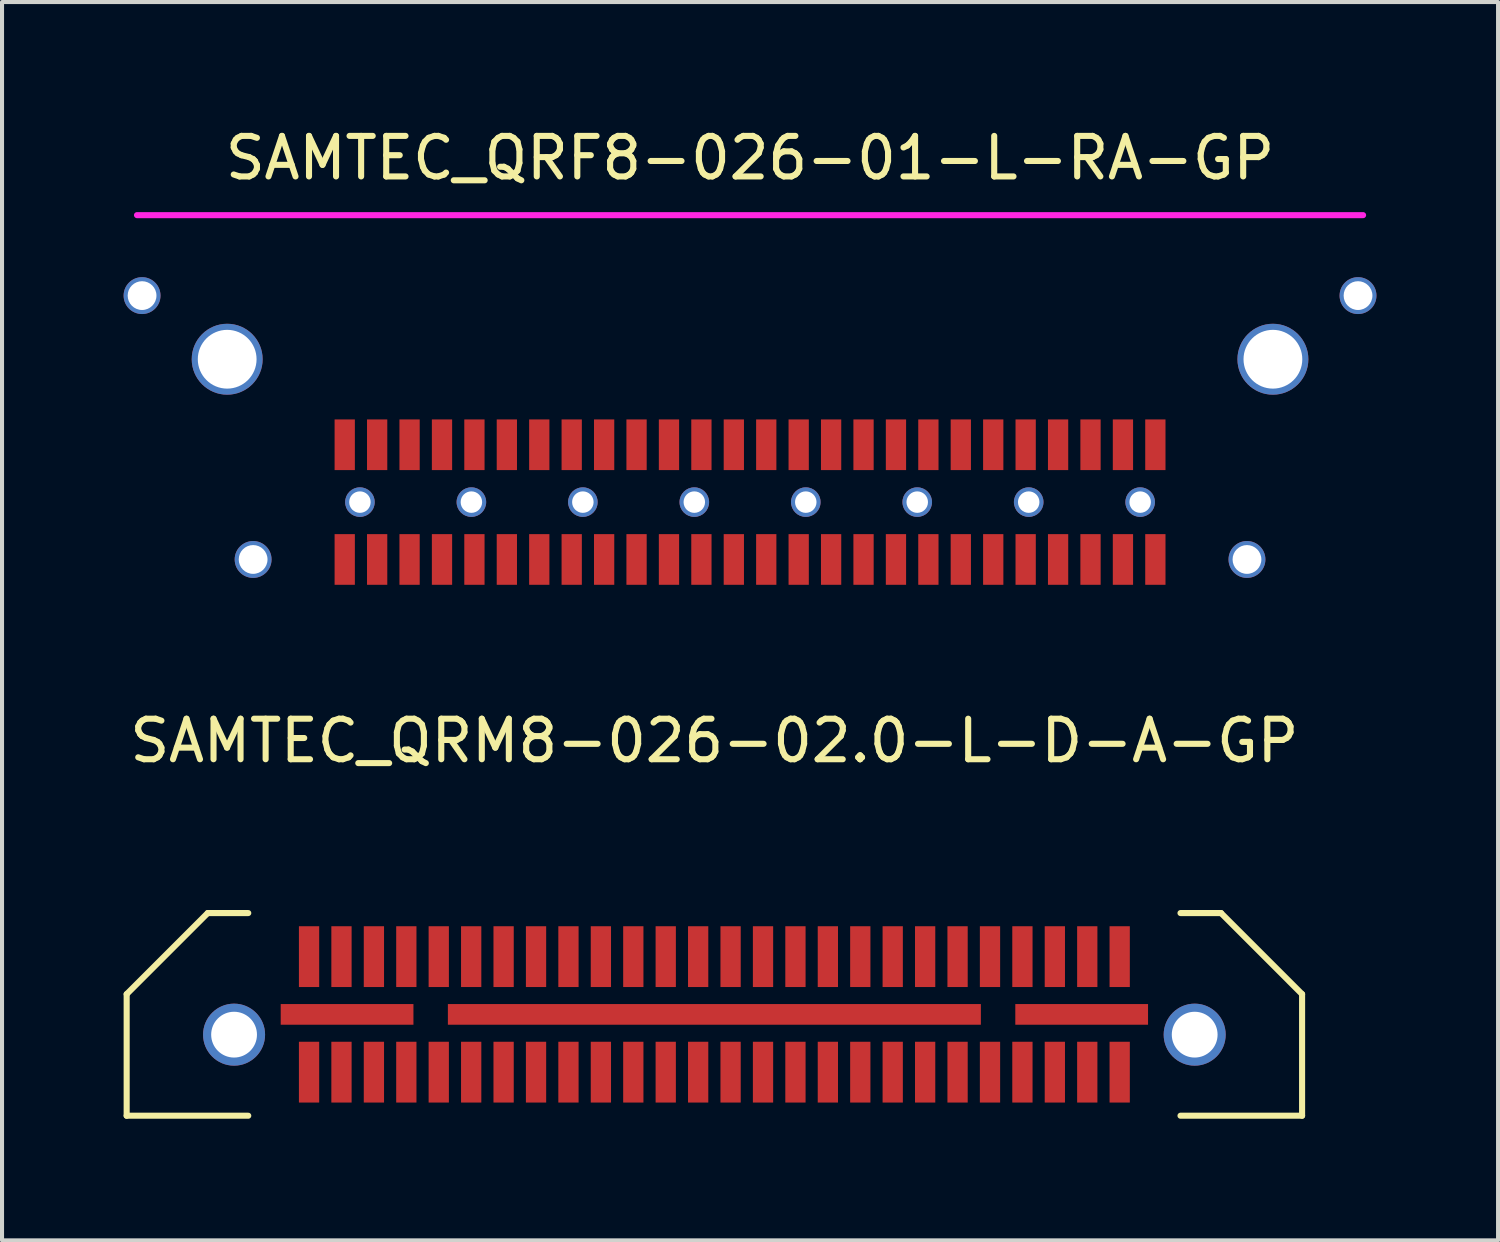
<source format=kicad_pcb>
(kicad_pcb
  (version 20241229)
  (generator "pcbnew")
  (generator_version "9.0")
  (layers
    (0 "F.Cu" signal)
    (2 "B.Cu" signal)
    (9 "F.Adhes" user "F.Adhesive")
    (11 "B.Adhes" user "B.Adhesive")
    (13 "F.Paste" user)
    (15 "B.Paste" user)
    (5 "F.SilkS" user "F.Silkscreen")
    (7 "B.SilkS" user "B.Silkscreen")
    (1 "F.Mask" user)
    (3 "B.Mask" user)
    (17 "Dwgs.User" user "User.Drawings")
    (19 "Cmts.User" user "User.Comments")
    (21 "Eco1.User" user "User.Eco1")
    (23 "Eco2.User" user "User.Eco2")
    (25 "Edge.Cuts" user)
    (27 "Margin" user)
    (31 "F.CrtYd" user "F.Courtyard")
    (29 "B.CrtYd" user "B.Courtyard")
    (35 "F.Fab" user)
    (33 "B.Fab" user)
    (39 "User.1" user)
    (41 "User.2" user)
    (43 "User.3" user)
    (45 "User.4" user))
  (footprint "SAMTEC_QRM8-026-02.0-L-D-A-GP"
    (layer "F.Cu")
    (at 14.575 21.977)
    (property "Reference" "SAMTEC_QRM8-026-02.0-L-D-A-GP" (at 0 -6.75 0) (layer "F.SilkS") (effects (font (size 1 1) (thickness 0.15))))
    (attr through_hole)
    (fp_line (start -14.5 -0.5) (end -14.5 2.5) (stroke (width 0.15) (type solid)) (layer "F.SilkS"))
    (fp_line (start -14.5 2.5) (end -11.5 2.5) (stroke (width 0.15) (type solid)) (layer "F.SilkS"))
    (fp_line (start -12.5 -2.5) (end -14.5 -0.5) (stroke (width 0.15) (type solid)) (layer "F.SilkS"))
    (fp_line (start -11.5 -2.5) (end -12.5 -2.5) (stroke (width 0.15) (type solid)) (layer "F.SilkS"))
    (fp_line (start 11.5 -2.5) (end 12.5 -2.5) (stroke (width 0.15) (type solid)) (layer "F.SilkS"))
    (fp_line (start 14.5 -0.5) (end 12.5 -2.5) (stroke (width 0.15) (type solid)) (layer "F.SilkS"))
    (fp_line (start 14.5 -0.5) (end 14.5 2.5) (stroke (width 0.15) (type solid)) (layer "F.SilkS"))
    (fp_line (start 14.5 2.5) (end 11.5 2.5) (stroke (width 0.15) (type solid)) (layer "F.SilkS"))
    (pad "1" smd rect (at -10 -1.425) (size 0.5 1.5) (layers "F.Cu" "F.Mask" "F.Paste"))
    (pad "2" smd rect (at -10 1.425) (size 0.5 1.5) (layers "F.Cu" "F.Mask" "F.Paste"))
    (pad "3" smd rect (at -9.2 -1.425) (size 0.5 1.5) (layers "F.Cu" "F.Mask" "F.Paste"))
    (pad "4" smd rect (at -9.2 1.425) (size 0.5 1.5) (layers "F.Cu" "F.Mask" "F.Paste"))
    (pad "5" smd rect (at -8.4 -1.425) (size 0.5 1.5) (layers "F.Cu" "F.Mask" "F.Paste"))
    (pad "6" smd rect (at -8.4 1.425) (size 0.5 1.5) (layers "F.Cu" "F.Mask" "F.Paste"))
    (pad "7" smd rect (at -7.6 -1.425) (size 0.5 1.5) (layers "F.Cu" "F.Mask" "F.Paste"))
    (pad "8" smd rect (at -7.6 1.425) (size 0.5 1.5) (layers "F.Cu" "F.Mask" "F.Paste"))
    (pad "9" smd rect (at -6.8 -1.425) (size 0.5 1.5) (layers "F.Cu" "F.Mask" "F.Paste"))
    (pad "10" smd rect (at -6.8 1.425) (size 0.5 1.5) (layers "F.Cu" "F.Mask" "F.Paste"))
    (pad "11" smd rect (at -6 -1.425) (size 0.5 1.5) (layers "F.Cu" "F.Mask" "F.Paste"))
    (pad "12" smd rect (at -6 1.425) (size 0.5 1.5) (layers "F.Cu" "F.Mask" "F.Paste"))
    (pad "13" smd rect (at -5.2 -1.425) (size 0.5 1.5) (layers "F.Cu" "F.Mask" "F.Paste"))
    (pad "14" smd rect (at -5.2 1.425) (size 0.5 1.5) (layers "F.Cu" "F.Mask" "F.Paste"))
    (pad "15" smd rect (at -4.4 -1.425) (size 0.5 1.5) (layers "F.Cu" "F.Mask" "F.Paste"))
    (pad "16" smd rect (at -4.4 1.425) (size 0.5 1.5) (layers "F.Cu" "F.Mask" "F.Paste"))
    (pad "17" smd rect (at -3.6 -1.425) (size 0.5 1.5) (layers "F.Cu" "F.Mask" "F.Paste"))
    (pad "18" smd rect (at -3.6 1.425) (size 0.5 1.5) (layers "F.Cu" "F.Mask" "F.Paste"))
    (pad "19" smd rect (at -2.8 -1.425) (size 0.5 1.5) (layers "F.Cu" "F.Mask" "F.Paste"))
    (pad "20" smd rect (at -2.8 1.425) (size 0.5 1.5) (layers "F.Cu" "F.Mask" "F.Paste"))
    (pad "21" smd rect (at -2 -1.425) (size 0.5 1.5) (layers "F.Cu" "F.Mask" "F.Paste"))
    (pad "22" smd rect (at -2 1.425) (size 0.5 1.5) (layers "F.Cu" "F.Mask" "F.Paste"))
    (pad "23" smd rect (at -1.2 -1.425) (size 0.5 1.5) (layers "F.Cu" "F.Mask" "F.Paste"))
    (pad "24" smd rect (at -1.2 1.425) (size 0.5 1.5) (layers "F.Cu" "F.Mask" "F.Paste"))
    (pad "25" smd rect (at -0.4 -1.425) (size 0.5 1.5) (layers "F.Cu" "F.Mask" "F.Paste"))
    (pad "26" smd rect (at -0.4 1.425) (size 0.5 1.5) (layers "F.Cu" "F.Mask" "F.Paste"))
    (pad "27" smd rect (at 0.4 -1.425) (size 0.5 1.5) (layers "F.Cu" "F.Mask" "F.Paste"))
    (pad "28" smd rect (at 0.4 1.425) (size 0.5 1.5) (layers "F.Cu" "F.Mask" "F.Paste"))
    (pad "29" smd rect (at 1.2 -1.425) (size 0.5 1.5) (layers "F.Cu" "F.Mask" "F.Paste"))
    (pad "30" smd rect (at 1.2 1.425) (size 0.5 1.5) (layers "F.Cu" "F.Mask" "F.Paste"))
    (pad "31" smd rect (at 2 -1.425) (size 0.5 1.5) (layers "F.Cu" "F.Mask" "F.Paste"))
    (pad "32" smd rect (at 2 1.425) (size 0.5 1.5) (layers "F.Cu" "F.Mask" "F.Paste"))
    (pad "33" smd rect (at 2.8 -1.425) (size 0.5 1.5) (layers "F.Cu" "F.Mask" "F.Paste"))
    (pad "34" smd rect (at 2.8 1.425) (size 0.5 1.5) (layers "F.Cu" "F.Mask" "F.Paste"))
    (pad "35" smd rect (at 3.6 -1.425) (size 0.5 1.5) (layers "F.Cu" "F.Mask" "F.Paste"))
    (pad "36" smd rect (at 3.6 1.425) (size 0.5 1.5) (layers "F.Cu" "F.Mask" "F.Paste"))
    (pad "37" smd rect (at 4.4 -1.425) (size 0.5 1.5) (layers "F.Cu" "F.Mask" "F.Paste"))
    (pad "38" smd rect (at 4.4 1.425) (size 0.5 1.5) (layers "F.Cu" "F.Mask" "F.Paste"))
    (pad "39" smd rect (at 5.2 -1.425) (size 0.5 1.5) (layers "F.Cu" "F.Mask" "F.Paste"))
    (pad "40" smd rect (at 5.2 1.425) (size 0.5 1.5) (layers "F.Cu" "F.Mask" "F.Paste"))
    (pad "41" smd rect (at 6 -1.425) (size 0.5 1.5) (layers "F.Cu" "F.Mask" "F.Paste"))
    (pad "42" smd rect (at 6 1.425) (size 0.5 1.5) (layers "F.Cu" "F.Mask" "F.Paste"))
    (pad "43" smd rect (at 6.8 -1.425) (size 0.5 1.5) (layers "F.Cu" "F.Mask" "F.Paste"))
    (pad "44" smd rect (at 6.8 1.425) (size 0.5 1.5) (layers "F.Cu" "F.Mask" "F.Paste"))
    (pad "45" smd rect (at 7.6 -1.425) (size 0.5 1.5) (layers "F.Cu" "F.Mask" "F.Paste"))
    (pad "46" smd rect (at 7.6 1.425) (size 0.5 1.5) (layers "F.Cu" "F.Mask" "F.Paste"))
    (pad "47" smd rect (at 8.4 -1.425) (size 0.5 1.5) (layers "F.Cu" "F.Mask" "F.Paste"))
    (pad "48" smd rect (at 8.4 1.425) (size 0.5 1.5) (layers "F.Cu" "F.Mask" "F.Paste"))
    (pad "49" smd rect (at 9.2 -1.425) (size 0.5 1.5) (layers "F.Cu" "F.Mask" "F.Paste"))
    (pad "50" smd rect (at 9.2 1.425) (size 0.5 1.5) (layers "F.Cu" "F.Mask" "F.Paste"))
    (pad "51" smd rect (at 10 -1.425) (size 0.5 1.5) (layers "F.Cu" "F.Mask" "F.Paste"))
    (pad "52" smd rect (at 10 1.425) (size 0.5 1.5) (layers "F.Cu" "F.Mask" "F.Paste"))
    (pad "53" smd rect (at -9.062 0 90) (size 0.51 3.275) (layers "F.Cu" "F.Mask" "F.Paste"))
    (pad "54" smd rect (at 0 0 90) (size 0.51 13.15) (layers "F.Cu" "F.Mask" "F.Paste"))
    (pad "55" smd rect (at 9.062 0 90) (size 0.51 3.275) (layers "F.Cu" "F.Mask" "F.Paste"))
    (pad "56" thru_hole circle (at -11.85 0.5 90) (size 1.53 1.53) (drill 1.13) (layers "*.Cu" "*.Mask"))
    (pad "56" thru_hole circle (at 11.85 0.5 90) (size 1.53 1.53) (drill 1.13) (layers "*.Cu" "*.Mask")))
  (footprint "SAMTEC_QRF8-026-01-L-RA-GP"
    (layer "F.Cu")
    (at 15.455 9.338)
    (property "Reference" "SAMTEC_QRF8-026-01-L-RA-GP" (at 0 -8.49 0) (layer "F.SilkS") (effects (font (size 1 1) (thickness 0.15))))
    (attr through_hole)
    (fp_line (start -15.125 -7.08) (end 15.125 -7.08) (stroke (width 0.15) (type solid)) (layer "F.CrtYd"))
    (pad "1" smd rect (at -10 1.415) (size 0.5 1.25) (layers "F.Cu" "F.Mask" "F.Paste"))
    (pad "2" smd rect (at -10 -1.415) (size 0.5 1.25) (layers "F.Cu" "F.Mask" "F.Paste"))
    (pad "3" smd rect (at -9.2 1.415) (size 0.5 1.25) (layers "F.Cu" "F.Mask" "F.Paste"))
    (pad "4" smd rect (at -9.2 -1.415) (size 0.5 1.25) (layers "F.Cu" "F.Mask" "F.Paste"))
    (pad "5" smd rect (at -8.4 1.415) (size 0.5 1.25) (layers "F.Cu" "F.Mask" "F.Paste"))
    (pad "6" smd rect (at -8.4 -1.415) (size 0.5 1.25) (layers "F.Cu" "F.Mask" "F.Paste"))
    (pad "7" smd rect (at -7.6 1.415) (size 0.5 1.25) (layers "F.Cu" "F.Mask" "F.Paste"))
    (pad "8" smd rect (at -7.6 -1.415) (size 0.5 1.25) (layers "F.Cu" "F.Mask" "F.Paste"))
    (pad "9" smd rect (at -6.8 1.415) (size 0.5 1.25) (layers "F.Cu" "F.Mask" "F.Paste"))
    (pad "10" smd rect (at -6.8 -1.415) (size 0.5 1.25) (layers "F.Cu" "F.Mask" "F.Paste"))
    (pad "11" smd rect (at -6 1.415) (size 0.5 1.25) (layers "F.Cu" "F.Mask" "F.Paste"))
    (pad "12" smd rect (at -6 -1.415) (size 0.5 1.25) (layers "F.Cu" "F.Mask" "F.Paste"))
    (pad "13" smd rect (at -5.2 1.415) (size 0.5 1.25) (layers "F.Cu" "F.Mask" "F.Paste"))
    (pad "14" smd rect (at -5.2 -1.415) (size 0.5 1.25) (layers "F.Cu" "F.Mask" "F.Paste"))
    (pad "15" smd rect (at -4.4 1.415) (size 0.5 1.25) (layers "F.Cu" "F.Mask" "F.Paste"))
    (pad "16" smd rect (at -4.4 -1.415) (size 0.5 1.25) (layers "F.Cu" "F.Mask" "F.Paste"))
    (pad "17" smd rect (at -3.6 1.415) (size 0.5 1.25) (layers "F.Cu" "F.Mask" "F.Paste"))
    (pad "18" smd rect (at -3.6 -1.415) (size 0.5 1.25) (layers "F.Cu" "F.Mask" "F.Paste"))
    (pad "19" smd rect (at -2.8 1.415) (size 0.5 1.25) (layers "F.Cu" "F.Mask" "F.Paste"))
    (pad "20" smd rect (at -2.8 -1.415) (size 0.5 1.25) (layers "F.Cu" "F.Mask" "F.Paste"))
    (pad "21" smd rect (at -2 1.415) (size 0.5 1.25) (layers "F.Cu" "F.Mask" "F.Paste"))
    (pad "22" smd rect (at -2 -1.415) (size 0.5 1.25) (layers "F.Cu" "F.Mask" "F.Paste"))
    (pad "23" smd rect (at -1.2 1.415) (size 0.5 1.25) (layers "F.Cu" "F.Mask" "F.Paste"))
    (pad "24" smd rect (at -1.2 -1.415) (size 0.5 1.25) (layers "F.Cu" "F.Mask" "F.Paste"))
    (pad "25" smd rect (at -0.4 1.415) (size 0.5 1.25) (layers "F.Cu" "F.Mask" "F.Paste"))
    (pad "26" smd rect (at -0.4 -1.415) (size 0.5 1.25) (layers "F.Cu" "F.Mask" "F.Paste"))
    (pad "27" smd rect (at 0.4 1.415) (size 0.5 1.25) (layers "F.Cu" "F.Mask" "F.Paste"))
    (pad "28" smd rect (at 0.4 -1.415) (size 0.5 1.25) (layers "F.Cu" "F.Mask" "F.Paste"))
    (pad "29" smd rect (at 1.2 1.415) (size 0.5 1.25) (layers "F.Cu" "F.Mask" "F.Paste"))
    (pad "30" smd rect (at 1.2 -1.415) (size 0.5 1.25) (layers "F.Cu" "F.Mask" "F.Paste"))
    (pad "31" smd rect (at 2 1.415) (size 0.5 1.25) (layers "F.Cu" "F.Mask" "F.Paste"))
    (pad "32" smd rect (at 2 -1.415) (size 0.5 1.25) (layers "F.Cu" "F.Mask" "F.Paste"))
    (pad "33" smd rect (at 2.8 1.415) (size 0.5 1.25) (layers "F.Cu" "F.Mask" "F.Paste"))
    (pad "34" smd rect (at 2.8 -1.415) (size 0.5 1.25) (layers "F.Cu" "F.Mask" "F.Paste"))
    (pad "35" smd rect (at 3.6 1.415) (size 0.5 1.25) (layers "F.Cu" "F.Mask" "F.Paste"))
    (pad "36" smd rect (at 3.6 -1.415) (size 0.5 1.25) (layers "F.Cu" "F.Mask" "F.Paste"))
    (pad "37" smd rect (at 4.4 1.415) (size 0.5 1.25) (layers "F.Cu" "F.Mask" "F.Paste"))
    (pad "38" smd rect (at 4.4 -1.415) (size 0.5 1.25) (layers "F.Cu" "F.Mask" "F.Paste"))
    (pad "39" smd rect (at 5.2 1.415) (size 0.5 1.25) (layers "F.Cu" "F.Mask" "F.Paste"))
    (pad "40" smd rect (at 5.2 -1.415) (size 0.5 1.25) (layers "F.Cu" "F.Mask" "F.Paste"))
    (pad "41" smd rect (at 6 1.415) (size 0.5 1.25) (layers "F.Cu" "F.Mask" "F.Paste"))
    (pad "42" smd rect (at 6 -1.415) (size 0.5 1.25) (layers "F.Cu" "F.Mask" "F.Paste"))
    (pad "43" smd rect (at 6.8 1.415) (size 0.5 1.25) (layers "F.Cu" "F.Mask" "F.Paste"))
    (pad "44" smd rect (at 6.8 -1.415) (size 0.5 1.25) (layers "F.Cu" "F.Mask" "F.Paste"))
    (pad "45" smd rect (at 7.6 1.415) (size 0.5 1.25) (layers "F.Cu" "F.Mask" "F.Paste"))
    (pad "46" smd rect (at 7.6 -1.415) (size 0.5 1.25) (layers "F.Cu" "F.Mask" "F.Paste"))
    (pad "47" smd rect (at 8.4 1.415) (size 0.5 1.25) (layers "F.Cu" "F.Mask" "F.Paste"))
    (pad "48" smd rect (at 8.4 -1.415) (size 0.5 1.25) (layers "F.Cu" "F.Mask" "F.Paste"))
    (pad "49" smd rect (at 9.2 1.415) (size 0.5 1.25) (layers "F.Cu" "F.Mask" "F.Paste"))
    (pad "50" smd rect (at 9.2 -1.415) (size 0.5 1.25) (layers "F.Cu" "F.Mask" "F.Paste"))
    (pad "51" smd rect (at 10 1.415) (size 0.5 1.25) (layers "F.Cu" "F.Mask" "F.Paste"))
    (pad "52" smd rect (at 10 -1.415) (size 0.5 1.25) (layers "F.Cu" "F.Mask" "F.Paste"))
    (pad "53" thru_hole circle (at -9.625 0) (size 0.73 0.73) (drill 0.53) (layers "*.Cu" "*.Mask"))
    (pad "53" thru_hole circle (at -6.875 0) (size 0.73 0.73) (drill 0.53) (layers "*.Cu" "*.Mask"))
    (pad "53" thru_hole circle (at -4.125 0) (size 0.73 0.73) (drill 0.53) (layers "*.Cu" "*.Mask"))
    (pad "53" thru_hole circle (at -1.375 0) (size 0.73 0.73) (drill 0.53) (layers "*.Cu" "*.Mask"))
    (pad "53" thru_hole circle (at 1.375 0) (size 0.73 0.73) (drill 0.53) (layers "*.Cu" "*.Mask"))
    (pad "53" thru_hole circle (at 4.125 0) (size 0.73 0.73) (drill 0.53) (layers "*.Cu" "*.Mask"))
    (pad "53" thru_hole circle (at 6.875 0) (size 0.73 0.73) (drill 0.53) (layers "*.Cu" "*.Mask"))
    (pad "53" thru_hole circle (at 9.625 0) (size 0.73 0.73) (drill 0.53) (layers "*.Cu" "*.Mask"))
    (pad "54" thru_hole circle (at -12.26 1.415) (size 0.91 0.91) (drill 0.71) (layers "*.Cu" "*.Mask"))
    (pad "54" thru_hole circle (at 12.26 1.415) (size 0.91 0.91) (drill 0.71) (layers "*.Cu" "*.Mask"))
    (pad "55" thru_hole circle (at -15 -5.095) (size 0.91 0.91) (drill 0.71) (layers "*.Cu" "*.Mask"))
    (pad "55" thru_hole circle (at 15 -5.095) (size 0.91 0.91) (drill 0.71) (layers "*.Cu" "*.Mask"))
    (pad "56" thru_hole circle (at -12.9 -3.525) (size 1.75 1.75) (drill 1.45) (layers "*.Cu" "*.Mask"))
    (pad "56" thru_hole circle (at 12.9 -3.525) (size 1.75 1.75) (drill 1.45) (layers "*.Cu" "*.Mask")))
  (gr_rect
    (start -3 -3)
    (end 33.91 27.552)
    (stroke (width 0.1) (type default))
    (fill no)
    (layer "Edge.Cuts")))
</source>
